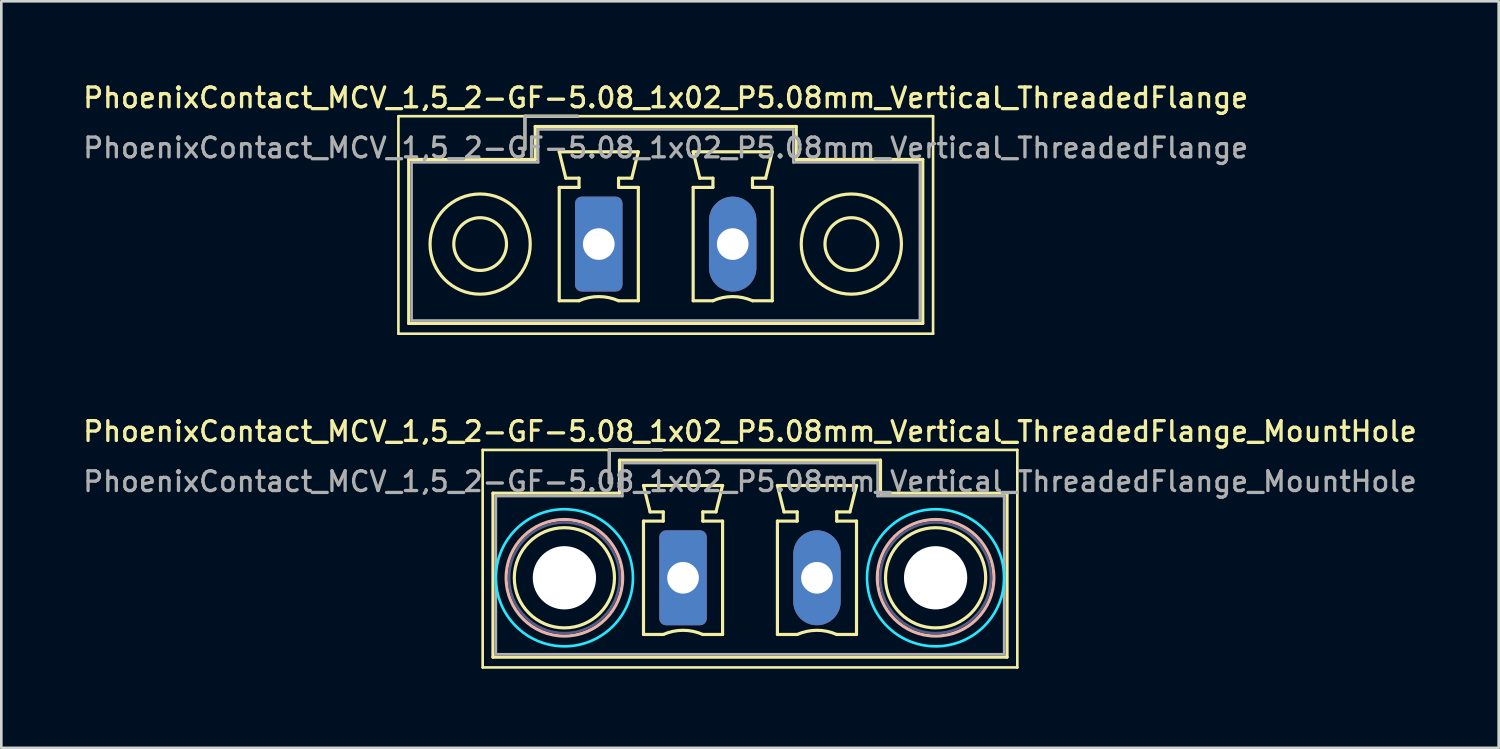
<source format=kicad_pcb>
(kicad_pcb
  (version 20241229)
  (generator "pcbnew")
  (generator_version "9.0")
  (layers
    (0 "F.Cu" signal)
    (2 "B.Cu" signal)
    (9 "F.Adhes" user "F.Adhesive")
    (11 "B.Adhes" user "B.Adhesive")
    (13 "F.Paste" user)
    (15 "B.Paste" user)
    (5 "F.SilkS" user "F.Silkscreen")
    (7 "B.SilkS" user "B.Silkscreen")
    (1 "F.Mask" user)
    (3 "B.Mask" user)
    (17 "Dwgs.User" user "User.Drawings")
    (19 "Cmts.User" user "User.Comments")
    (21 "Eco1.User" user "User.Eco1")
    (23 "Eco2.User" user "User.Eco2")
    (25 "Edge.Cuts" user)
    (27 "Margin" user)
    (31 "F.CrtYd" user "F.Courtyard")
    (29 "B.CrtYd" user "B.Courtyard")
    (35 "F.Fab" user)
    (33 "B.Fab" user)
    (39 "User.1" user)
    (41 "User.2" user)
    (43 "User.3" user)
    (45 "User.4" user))
  (footprint "PhoenixContact_MCV_1,5_2-GF-5.08_1x02_P5.08mm_Vertical_ThreadedFlange"
    (layer "F.Cu")
    (at 19.662 6.208)
    (property "Reference" "PhoenixContact_MCV_1,5_2-GF-5.08_1x02_P5.08mm_Vertical_ThreadedFlange" (at 2.54 -5.55 0) (layer "F.SilkS") (effects (font (size 0.75 0.75) (thickness 0.125))))
    (attr through_hole)
    (fp_line (start -7.6 -4.85) (end -7.6 3.4) (stroke (width 0.1) (type solid)) (layer "F.SilkS"))
    (fp_line (start -7.6 3.4) (end 12.68 3.4) (stroke (width 0.1) (type solid)) (layer "F.SilkS"))
    (fp_line (start -7.21 -3.21) (end -7.21 3.01) (stroke (width 0.12) (type solid)) (layer "F.SilkS"))
    (fp_line (start -7.21 3.01) (end 12.29 3.01) (stroke (width 0.12) (type solid)) (layer "F.SilkS"))
    (fp_line (start -2.8 -4.85) (end -0.8 -4.85) (stroke (width 0.12) (type solid)) (layer "F.SilkS"))
    (fp_line (start -2.8 -3.6) (end -2.8 -4.85) (stroke (width 0.12) (type solid)) (layer "F.SilkS"))
    (fp_line (start -2.41 -4.46) (end -2.41 -3.21) (stroke (width 0.12) (type solid)) (layer "F.SilkS"))
    (fp_line (start -2.41 -3.21) (end -7.21 -3.21) (stroke (width 0.12) (type solid)) (layer "F.SilkS"))
    (fp_line (start -1.5 -3.5) (end 1.5 -3.5) (stroke (width 0.12) (type solid)) (layer "F.SilkS"))
    (fp_line (start -1.5 -2.15) (end -0.75 -2.15) (stroke (width 0.12) (type solid)) (layer "F.SilkS"))
    (fp_line (start -1.5 2.15) (end -1.5 -2.15) (stroke (width 0.12) (type solid)) (layer "F.SilkS"))
    (fp_line (start -1.25 -2.5) (end -1.5 -3.5) (stroke (width 0.12) (type solid)) (layer "F.SilkS"))
    (fp_line (start -0.75 -2.5) (end -1.25 -2.5) (stroke (width 0.12) (type solid)) (layer "F.SilkS"))
    (fp_line (start -0.75 -2.15) (end -0.75 -2.5) (stroke (width 0.12) (type solid)) (layer "F.SilkS"))
    (fp_line (start -0.75 2.15) (end -1.5 2.15) (stroke (width 0.12) (type solid)) (layer "F.SilkS"))
    (fp_line (start 0.75 -2.5) (end 0.75 -2.15) (stroke (width 0.12) (type solid)) (layer "F.SilkS"))
    (fp_line (start 0.75 -2.15) (end 1.5 -2.15) (stroke (width 0.12) (type solid)) (layer "F.SilkS"))
    (fp_line (start 1.25 -2.5) (end 0.75 -2.5) (stroke (width 0.12) (type solid)) (layer "F.SilkS"))
    (fp_line (start 1.5 -3.5) (end 1.25 -2.5) (stroke (width 0.12) (type solid)) (layer "F.SilkS"))
    (fp_line (start 1.5 -2.15) (end 1.5 2.15) (stroke (width 0.12) (type solid)) (layer "F.SilkS"))
    (fp_line (start 1.5 2.15) (end 0.75 2.15) (stroke (width 0.12) (type solid)) (layer "F.SilkS"))
    (fp_line (start 3.58 -3.5) (end 6.58 -3.5) (stroke (width 0.12) (type solid)) (layer "F.SilkS"))
    (fp_line (start 3.58 -2.15) (end 4.33 -2.15) (stroke (width 0.12) (type solid)) (layer "F.SilkS"))
    (fp_line (start 3.58 2.15) (end 3.58 -2.15) (stroke (width 0.12) (type solid)) (layer "F.SilkS"))
    (fp_line (start 3.83 -2.5) (end 3.58 -3.5) (stroke (width 0.12) (type solid)) (layer "F.SilkS"))
    (fp_line (start 4.33 -2.5) (end 3.83 -2.5) (stroke (width 0.12) (type solid)) (layer "F.SilkS"))
    (fp_line (start 4.33 -2.15) (end 4.33 -2.5) (stroke (width 0.12) (type solid)) (layer "F.SilkS"))
    (fp_line (start 4.33 2.15) (end 3.58 2.15) (stroke (width 0.12) (type solid)) (layer "F.SilkS"))
    (fp_line (start 5.83 -2.5) (end 5.83 -2.15) (stroke (width 0.12) (type solid)) (layer "F.SilkS"))
    (fp_line (start 5.83 -2.15) (end 6.58 -2.15) (stroke (width 0.12) (type solid)) (layer "F.SilkS"))
    (fp_line (start 6.33 -2.5) (end 5.83 -2.5) (stroke (width 0.12) (type solid)) (layer "F.SilkS"))
    (fp_line (start 6.58 -3.5) (end 6.33 -2.5) (stroke (width 0.12) (type solid)) (layer "F.SilkS"))
    (fp_line (start 6.58 -2.15) (end 6.58 2.15) (stroke (width 0.12) (type solid)) (layer "F.SilkS"))
    (fp_line (start 6.58 2.15) (end 5.83 2.15) (stroke (width 0.12) (type solid)) (layer "F.SilkS"))
    (fp_line (start 7.49 -4.46) (end -2.41 -4.46) (stroke (width 0.12) (type solid)) (layer "F.SilkS"))
    (fp_line (start 7.49 -3.21) (end 7.49 -4.46) (stroke (width 0.12) (type solid)) (layer "F.SilkS"))
    (fp_line (start 12.29 -3.21) (end 7.49 -3.21) (stroke (width 0.12) (type solid)) (layer "F.SilkS"))
    (fp_line (start 12.29 3.01) (end 12.29 -3.21) (stroke (width 0.12) (type solid)) (layer "F.SilkS"))
    (fp_line (start 12.68 -4.85) (end -7.6 -4.85) (stroke (width 0.1) (type solid)) (layer "F.SilkS"))
    (fp_line (start 12.68 3.4) (end 12.68 -4.85) (stroke (width 0.1) (type solid)) (layer "F.SilkS"))
    (fp_arc (start -0.75 2.15) (mid -0.000193 1.99191) (end 0.749647 2.149844) (stroke (width 0.12) (type solid)) (layer "F.SilkS"))
    (fp_arc (start 4.33 2.15) (mid 5.079807 1.99191) (end 5.829647 2.149844) (stroke (width 0.12) (type solid)) (layer "F.SilkS"))
    (fp_circle (center -4.5 0) (end -3.5 0) (stroke (width 0.12) (type solid)) (fill no) (layer "F.SilkS"))
    (fp_circle (center -4.5 0) (end -2.6 0) (stroke (width 0.12) (type solid)) (fill no) (layer "F.SilkS"))
    (fp_circle (center 9.58 0) (end 10.58 0) (stroke (width 0.12) (type solid)) (fill no) (layer "F.SilkS"))
    (fp_circle (center 9.58 0) (end 11.48 0) (stroke (width 0.12) (type solid)) (fill no) (layer "F.SilkS"))
    (fp_line (start -7.1 -3.1) (end -7.1 2.9) (stroke (width 0.1) (type solid)) (layer "F.Fab"))
    (fp_line (start -7.1 2.9) (end 12.18 2.9) (stroke (width 0.1) (type solid)) (layer "F.Fab"))
    (fp_line (start -2.8 -4.85) (end -0.8 -4.85) (stroke (width 0.1) (type solid)) (layer "F.Fab"))
    (fp_line (start -2.8 -3.6) (end -2.8 -4.85) (stroke (width 0.1) (type solid)) (layer "F.Fab"))
    (fp_line (start -2.3 -4.35) (end -2.3 -3.1) (stroke (width 0.1) (type solid)) (layer "F.Fab"))
    (fp_line (start -2.3 -3.1) (end -7.1 -3.1) (stroke (width 0.1) (type solid)) (layer "F.Fab"))
    (fp_line (start 7.38 -4.35) (end -2.3 -4.35) (stroke (width 0.1) (type solid)) (layer "F.Fab"))
    (fp_line (start 7.38 -3.1) (end 7.38 -4.35) (stroke (width 0.1) (type solid)) (layer "F.Fab"))
    (fp_line (start 12.18 -3.1) (end 7.38 -3.1) (stroke (width 0.1) (type solid)) (layer "F.Fab"))
    (fp_line (start 12.18 2.9) (end 12.18 -3.1) (stroke (width 0.1) (type solid)) (layer "F.Fab"))
    (fp_text user "${REFERENCE}" (at 2.54 -3.65 0) (layer "F.Fab") (effects (font (size 0.75 0.75) (thickness 0.125))))
    (pad "1" thru_hole roundrect (at 0 0) (size 1.8 3.6) (drill 1.2) (layers "*.Cu" "*.Mask") (roundrect_rratio 0.139))
    (pad "2" thru_hole oval (at 5.08 0) (size 1.8 3.6) (drill 1.2) (layers "*.Cu" "*.Mask")))
  (footprint "PhoenixContact_MCV_1,5_2-GF-5.08_1x02_P5.08mm_Vertical_ThreadedFlange_MountHole"
    (layer "F.Cu")
    (at 22.858 18.866)
    (property "Reference" "PhoenixContact_MCV_1,5_2-GF-5.08_1x02_P5.08mm_Vertical_ThreadedFlange_MountHole" (at 2.54 -5.55 0) (layer "F.SilkS") (effects (font (size 0.75 0.75) (thickness 0.125))))
    (attr through_hole)
    (fp_line (start -7.6 -4.85) (end -7.6 3.4) (stroke (width 0.1) (type solid)) (layer "F.SilkS"))
    (fp_line (start -7.6 3.4) (end 12.68 3.4) (stroke (width 0.1) (type solid)) (layer "F.SilkS"))
    (fp_line (start -7.21 -3.21) (end -7.21 3.01) (stroke (width 0.12) (type solid)) (layer "F.SilkS"))
    (fp_line (start -7.21 3.01) (end 12.29 3.01) (stroke (width 0.12) (type solid)) (layer "F.SilkS"))
    (fp_line (start -2.8 -4.85) (end -0.8 -4.85) (stroke (width 0.12) (type solid)) (layer "F.SilkS"))
    (fp_line (start -2.8 -3.6) (end -2.8 -4.85) (stroke (width 0.12) (type solid)) (layer "F.SilkS"))
    (fp_line (start -2.41 -4.46) (end -2.41 -3.21) (stroke (width 0.12) (type solid)) (layer "F.SilkS"))
    (fp_line (start -2.41 -3.21) (end -7.21 -3.21) (stroke (width 0.12) (type solid)) (layer "F.SilkS"))
    (fp_line (start -1.5 -3.5) (end 1.5 -3.5) (stroke (width 0.12) (type solid)) (layer "F.SilkS"))
    (fp_line (start -1.5 -2.15) (end -0.75 -2.15) (stroke (width 0.12) (type solid)) (layer "F.SilkS"))
    (fp_line (start -1.5 2.15) (end -1.5 -2.15) (stroke (width 0.12) (type solid)) (layer "F.SilkS"))
    (fp_line (start -1.25 -2.5) (end -1.5 -3.5) (stroke (width 0.12) (type solid)) (layer "F.SilkS"))
    (fp_line (start -0.75 -2.5) (end -1.25 -2.5) (stroke (width 0.12) (type solid)) (layer "F.SilkS"))
    (fp_line (start -0.75 -2.15) (end -0.75 -2.5) (stroke (width 0.12) (type solid)) (layer "F.SilkS"))
    (fp_line (start -0.75 2.15) (end -1.5 2.15) (stroke (width 0.12) (type solid)) (layer "F.SilkS"))
    (fp_line (start 0.75 -2.5) (end 0.75 -2.15) (stroke (width 0.12) (type solid)) (layer "F.SilkS"))
    (fp_line (start 0.75 -2.15) (end 1.5 -2.15) (stroke (width 0.12) (type solid)) (layer "F.SilkS"))
    (fp_line (start 1.25 -2.5) (end 0.75 -2.5) (stroke (width 0.12) (type solid)) (layer "F.SilkS"))
    (fp_line (start 1.5 -3.5) (end 1.25 -2.5) (stroke (width 0.12) (type solid)) (layer "F.SilkS"))
    (fp_line (start 1.5 -2.15) (end 1.5 2.15) (stroke (width 0.12) (type solid)) (layer "F.SilkS"))
    (fp_line (start 1.5 2.15) (end 0.75 2.15) (stroke (width 0.12) (type solid)) (layer "F.SilkS"))
    (fp_line (start 3.58 -3.5) (end 6.58 -3.5) (stroke (width 0.12) (type solid)) (layer "F.SilkS"))
    (fp_line (start 3.58 -2.15) (end 4.33 -2.15) (stroke (width 0.12) (type solid)) (layer "F.SilkS"))
    (fp_line (start 3.58 2.15) (end 3.58 -2.15) (stroke (width 0.12) (type solid)) (layer "F.SilkS"))
    (fp_line (start 3.83 -2.5) (end 3.58 -3.5) (stroke (width 0.12) (type solid)) (layer "F.SilkS"))
    (fp_line (start 4.33 -2.5) (end 3.83 -2.5) (stroke (width 0.12) (type solid)) (layer "F.SilkS"))
    (fp_line (start 4.33 -2.15) (end 4.33 -2.5) (stroke (width 0.12) (type solid)) (layer "F.SilkS"))
    (fp_line (start 4.33 2.15) (end 3.58 2.15) (stroke (width 0.12) (type solid)) (layer "F.SilkS"))
    (fp_line (start 5.83 -2.5) (end 5.83 -2.15) (stroke (width 0.12) (type solid)) (layer "F.SilkS"))
    (fp_line (start 5.83 -2.15) (end 6.58 -2.15) (stroke (width 0.12) (type solid)) (layer "F.SilkS"))
    (fp_line (start 6.33 -2.5) (end 5.83 -2.5) (stroke (width 0.12) (type solid)) (layer "F.SilkS"))
    (fp_line (start 6.58 -3.5) (end 6.33 -2.5) (stroke (width 0.12) (type solid)) (layer "F.SilkS"))
    (fp_line (start 6.58 -2.15) (end 6.58 2.15) (stroke (width 0.12) (type solid)) (layer "F.SilkS"))
    (fp_line (start 6.58 2.15) (end 5.83 2.15) (stroke (width 0.12) (type solid)) (layer "F.SilkS"))
    (fp_line (start 7.49 -4.46) (end -2.41 -4.46) (stroke (width 0.12) (type solid)) (layer "F.SilkS"))
    (fp_line (start 7.49 -3.21) (end 7.49 -4.46) (stroke (width 0.12) (type solid)) (layer "F.SilkS"))
    (fp_line (start 12.29 -3.21) (end 7.49 -3.21) (stroke (width 0.12) (type solid)) (layer "F.SilkS"))
    (fp_line (start 12.29 3.01) (end 12.29 -3.21) (stroke (width 0.12) (type solid)) (layer "F.SilkS"))
    (fp_line (start 12.68 -4.85) (end -7.6 -4.85) (stroke (width 0.1) (type solid)) (layer "F.SilkS"))
    (fp_line (start 12.68 3.4) (end 12.68 -4.85) (stroke (width 0.1) (type solid)) (layer "F.SilkS"))
    (fp_arc (start -0.75 2.15) (mid -0.000193 1.99191) (end 0.749647 2.149844) (stroke (width 0.12) (type solid)) (layer "F.SilkS"))
    (fp_arc (start 4.33 2.15) (mid 5.079807 1.99191) (end 5.829647 2.149844) (stroke (width 0.12) (type solid)) (layer "F.SilkS"))
    (fp_circle (center -4.5 0) (end -2.6 0) (stroke (width 0.12) (type solid)) (fill no) (layer "F.SilkS"))
    (fp_circle (center 9.58 0) (end 11.48 0) (stroke (width 0.12) (type solid)) (fill no) (layer "F.SilkS"))
    (fp_circle (center -4.5 0) (end -2.29 0) (stroke (width 0.12) (type solid)) (fill no) (layer "B.SilkS"))
    (fp_circle (center 9.58 0) (end 11.79 0) (stroke (width 0.12) (type solid)) (fill no) (layer "B.SilkS"))
    (fp_circle (center -4.5 0) (end -1.9 0) (stroke (width 0.1) (type solid)) (fill no) (layer "B.CrtYd"))
    (fp_circle (center 9.58 0) (end 12.18 0) (stroke (width 0.1) (type solid)) (fill no) (layer "B.CrtYd"))
    (fp_circle (center -4.5 0) (end -2.4 0) (stroke (width 0.1) (type solid)) (fill no) (layer "B.Fab"))
    (fp_circle (center 9.58 0) (end 11.68 0) (stroke (width 0.1) (type solid)) (fill no) (layer "B.Fab"))
    (fp_line (start -7.1 -3.1) (end -7.1 2.9) (stroke (width 0.1) (type solid)) (layer "F.Fab"))
    (fp_line (start -7.1 2.9) (end 12.18 2.9) (stroke (width 0.1) (type solid)) (layer "F.Fab"))
    (fp_line (start -2.8 -4.85) (end -0.8 -4.85) (stroke (width 0.1) (type solid)) (layer "F.Fab"))
    (fp_line (start -2.8 -3.6) (end -2.8 -4.85) (stroke (width 0.1) (type solid)) (layer "F.Fab"))
    (fp_line (start -2.3 -4.35) (end -2.3 -3.1) (stroke (width 0.1) (type solid)) (layer "F.Fab"))
    (fp_line (start -2.3 -3.1) (end -7.1 -3.1) (stroke (width 0.1) (type solid)) (layer "F.Fab"))
    (fp_line (start 7.38 -4.35) (end -2.3 -4.35) (stroke (width 0.1) (type solid)) (layer "F.Fab"))
    (fp_line (start 7.38 -3.1) (end 7.38 -4.35) (stroke (width 0.1) (type solid)) (layer "F.Fab"))
    (fp_line (start 12.18 -3.1) (end 7.38 -3.1) (stroke (width 0.1) (type solid)) (layer "F.Fab"))
    (fp_line (start 12.18 2.9) (end 12.18 -3.1) (stroke (width 0.1) (type solid)) (layer "F.Fab"))
    (fp_text user "${REFERENCE}" (at 2.54 -3.65 0) (layer "F.Fab") (effects (font (size 0.75 0.75) (thickness 0.125))))
    (pad "" np_thru_hole circle (at -4.5 0) (size 2.4 2.4) (drill 2.4) (layers "*.Cu" "*.Mask"))
    (pad "" np_thru_hole circle (at 9.58 0) (size 2.4 2.4) (drill 2.4) (layers "*.Cu" "*.Mask"))
    (pad "1" thru_hole roundrect (at 0 0) (size 1.8 3.6) (drill 1.2) (layers "*.Cu" "*.Mask") (roundrect_rratio 0.139))
    (pad "2" thru_hole oval (at 5.08 0) (size 1.8 3.6) (drill 1.2) (layers "*.Cu" "*.Mask")))
  (gr_rect
    (start -3 -3)
    (end 53.796 25.316)
    (stroke (width 0.1) (type default))
    (fill no)
    (layer "Edge.Cuts")))
</source>
